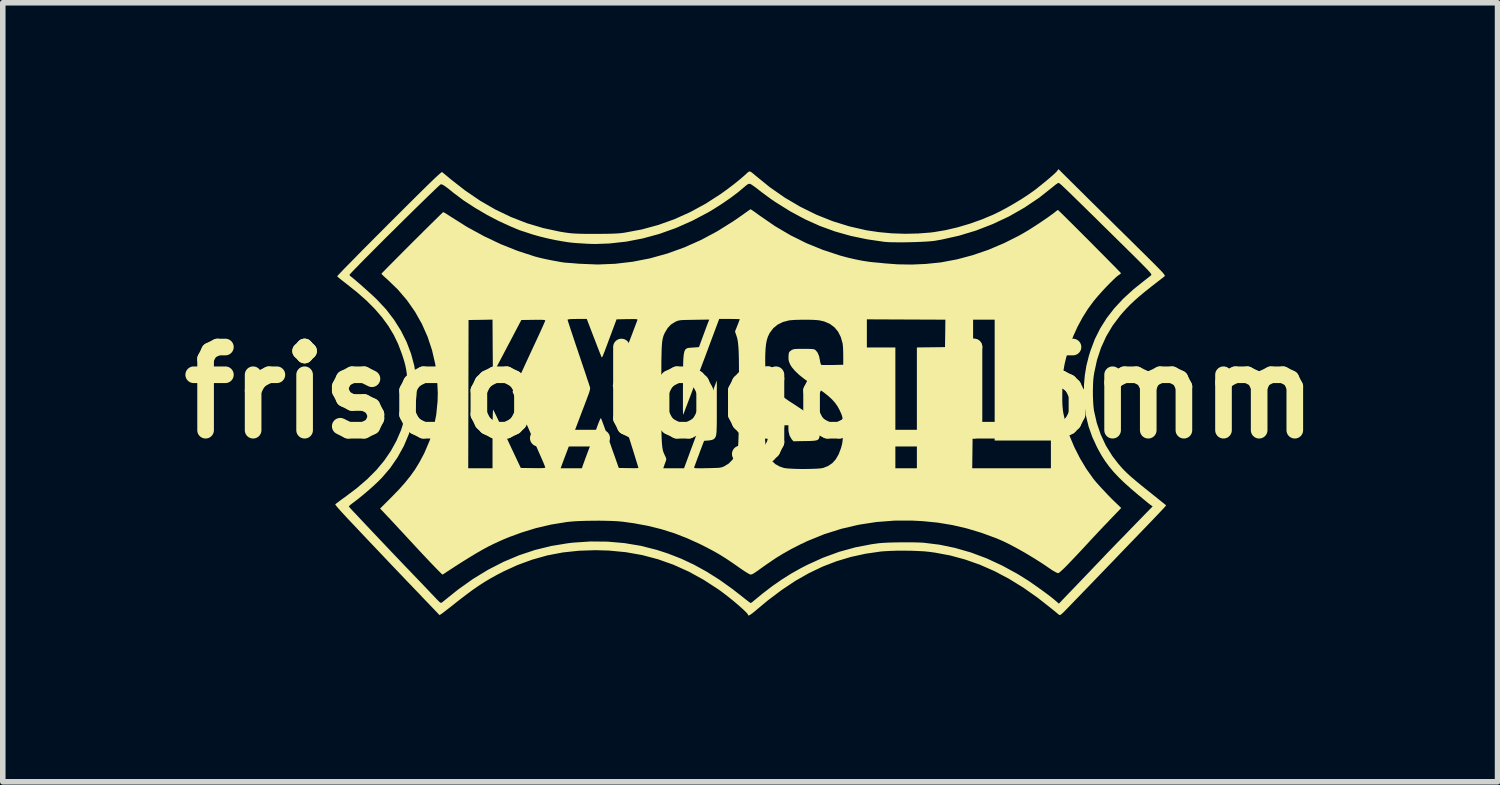
<source format=kicad_pcb>
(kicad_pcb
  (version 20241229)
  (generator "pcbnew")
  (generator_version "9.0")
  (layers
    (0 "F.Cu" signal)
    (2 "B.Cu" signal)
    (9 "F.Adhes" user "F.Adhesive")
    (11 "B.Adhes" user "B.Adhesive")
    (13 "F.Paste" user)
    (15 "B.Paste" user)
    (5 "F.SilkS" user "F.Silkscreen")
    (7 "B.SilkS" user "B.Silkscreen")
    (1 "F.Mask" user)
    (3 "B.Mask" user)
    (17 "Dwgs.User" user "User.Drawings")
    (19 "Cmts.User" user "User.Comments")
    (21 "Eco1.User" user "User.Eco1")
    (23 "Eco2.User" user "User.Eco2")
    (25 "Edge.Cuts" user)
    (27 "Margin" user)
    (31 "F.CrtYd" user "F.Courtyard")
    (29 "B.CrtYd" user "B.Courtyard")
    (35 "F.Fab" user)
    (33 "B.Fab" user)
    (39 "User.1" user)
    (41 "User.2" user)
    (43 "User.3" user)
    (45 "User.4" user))
  (footprint "frisco_logo_15mm"
    (layer "F.Cu")
    (at 10.479 4.03)
    (property "Reference" "frisco_logo_15mm" (at 0 0 0) (layer "F.SilkS") (effects (font (size 1.5 1.5) (thickness 0.3))))
    (attr board_only exclude_from_pos_files exclude_from_bom)
    (fp_poly (pts (xy 5.933 -3.659) (xy 6.012 -3.581) (xy 6.105 -3.488) (xy 6.211 -3.384) (xy 6.325 -3.271) (xy 6.445 -3.153) (xy 6.568 -3.031) (xy 6.691 -2.91) (xy 6.811 -2.792) (xy 6.902 -2.702) (xy 7.019 -2.586) (xy 7.12 -2.487) (xy 7.205 -2.402) (xy 7.276 -2.332) (xy 7.334 -2.273) (xy 7.38 -2.226) (xy 7.416 -2.189) (xy 7.442 -2.16) (xy 7.46 -2.138) (xy 7.471 -2.123) (xy 7.476 -2.112) (xy 7.477 -2.104) (xy 7.474 -2.099) (xy 7.469 -2.094) (xy 7.448 -2.077) (xy 7.412 -2.05) (xy 7.369 -2.016) (xy 7.345 -1.998) (xy 7.217 -1.898) (xy 7.107 -1.81) (xy 7.012 -1.731) (xy 6.929 -1.658) (xy 6.855 -1.588) (xy 6.787 -1.518) (xy 6.722 -1.447) (xy 6.673 -1.39) (xy 6.536 -1.208) (xy 6.42 -1.013) (xy 6.326 -0.806) (xy 6.254 -0.587) (xy 6.204 -0.356) (xy 6.193 -0.283) (xy 6.186 -0.212) (xy 6.182 -0.125) (xy 6.18 -0.029) (xy 6.181 0.071) (xy 6.185 0.167) (xy 6.191 0.251) (xy 6.199 0.318) (xy 6.199 0.322) (xy 6.25 0.546) (xy 6.322 0.758) (xy 6.415 0.957) (xy 6.531 1.144) (xy 6.639 1.284) (xy 6.677 1.328) (xy 6.713 1.369) (xy 6.751 1.408) (xy 6.791 1.448) (xy 6.837 1.491) (xy 6.891 1.538) (xy 6.955 1.592) (xy 7.032 1.656) (xy 7.123 1.73) (xy 7.232 1.817) (xy 7.242 1.825) (xy 7.501 2.033) (xy 7.469 2.072) (xy 7.452 2.09) (xy 7.42 2.124) (xy 7.376 2.171) (xy 7.322 2.228) (xy 7.26 2.293) (xy 7.192 2.364) (xy 7.159 2.398) (xy 7.08 2.48) (xy 6.989 2.575) (xy 6.889 2.678) (xy 6.787 2.784) (xy 6.686 2.889) (xy 6.591 2.988) (xy 6.55 3.031) (xy 6.467 3.117) (xy 6.383 3.204) (xy 6.301 3.289) (xy 6.223 3.37) (xy 6.154 3.442) (xy 6.096 3.502) (xy 6.061 3.538) (xy 5.994 3.607) (xy 5.918 3.686) (xy 5.84 3.766) (xy 5.77 3.839) (xy 5.747 3.863) (xy 5.691 3.92) (xy 5.65 3.962) (xy 5.621 3.989) (xy 5.6 4.005) (xy 5.586 4.012) (xy 5.576 4.011) (xy 5.567 4.004) (xy 5.546 3.988) (xy 5.513 3.96) (xy 5.471 3.926) (xy 5.448 3.907) (xy 5.184 3.699) (xy 4.922 3.515) (xy 4.662 3.355) (xy 4.402 3.218) (xy 4.14 3.103) (xy 3.875 3.01) (xy 3.606 2.937) (xy 3.332 2.886) (xy 3.238 2.873) (xy 3.143 2.863) (xy 3.031 2.857) (xy 2.906 2.852) (xy 2.776 2.851) (xy 2.646 2.851) (xy 2.525 2.855) (xy 2.417 2.861) (xy 2.355 2.866) (xy 2.08 2.906) (xy 1.815 2.964) (xy 1.558 3.041) (xy 1.306 3.138) (xy 1.059 3.256) (xy 0.813 3.396) (xy 0.569 3.559) (xy 0.323 3.744) (xy 0.147 3.89) (xy 0.081 3.946) (xy 0.032 3.985) (xy -0.003 4.009) (xy -0.025 4.02) (xy -0.036 4.017) (xy -0.038 4.009) (xy -0.047 3.991) (xy -0.074 3.961) (xy -0.116 3.92) (xy -0.17 3.871) (xy -0.233 3.816) (xy -0.303 3.757) (xy -0.377 3.697) (xy -0.453 3.638) (xy -0.527 3.582) (xy -0.578 3.546) (xy -0.841 3.375) (xy -1.109 3.228) (xy -1.382 3.105) (xy -1.661 3.006) (xy -1.948 2.93) (xy -2.243 2.878) (xy -2.547 2.849) (xy -2.793 2.842) (xy -3.092 2.852) (xy -3.38 2.883) (xy -3.658 2.936) (xy -3.929 3.012) (xy -4.197 3.11) (xy -4.448 3.225) (xy -4.569 3.288) (xy -4.681 3.35) (xy -4.789 3.414) (xy -4.896 3.483) (xy -5.007 3.56) (xy -5.126 3.648) (xy -5.256 3.748) (xy -5.324 3.802) (xy -5.388 3.853) (xy -5.448 3.899) (xy -5.499 3.939) (xy -5.539 3.97) (xy -5.563 3.988) (xy -5.567 3.99) (xy -5.602 4.013) (xy -5.733 3.876) (xy -5.779 3.828) (xy -5.838 3.767) (xy -5.906 3.696) (xy -5.978 3.619) (xy -6.052 3.543) (xy -6.104 3.488) (xy -6.188 3.401) (xy -6.286 3.298) (xy -6.396 3.183) (xy -6.516 3.057) (xy -6.643 2.923) (xy -6.775 2.784) (xy -6.909 2.643) (xy -7.043 2.501) (xy -7.173 2.363) (xy -7.268 2.263) (xy -7.327 2.199) (xy -7.38 2.141) (xy -7.425 2.091) (xy -7.455 2.055) (xy -7.237 2.055) (xy -7.227 2.068) (xy -7.204 2.094) (xy -7.173 2.128) (xy -7.17 2.131) (xy -7.147 2.155) (xy -7.109 2.195) (xy -7.059 2.248) (xy -6.999 2.312) (xy -6.93 2.385) (xy -6.856 2.464) (xy -6.778 2.546) (xy -6.764 2.561) (xy -6.681 2.649) (xy -6.596 2.738) (xy -6.513 2.826) (xy -6.435 2.908) (xy -6.365 2.981) (xy -6.306 3.043) (xy -6.263 3.088) (xy -6.208 3.146) (xy -6.14 3.216) (xy -6.065 3.295) (xy -5.987 3.376) (xy -5.912 3.454) (xy -5.88 3.488) (xy -5.818 3.553) (xy -5.759 3.615) (xy -5.707 3.669) (xy -5.665 3.714) (xy -5.635 3.745) (xy -5.621 3.759) (xy -5.594 3.785) (xy -5.575 3.792) (xy -5.554 3.782) (xy -5.535 3.766) (xy -5.267 3.551) (xy -4.998 3.36) (xy -4.725 3.194) (xy -4.448 3.052) (xy -4.166 2.933) (xy -3.88 2.838) (xy -3.587 2.766) (xy -3.288 2.717) (xy -3.194 2.706) (xy -2.879 2.685) (xy -2.571 2.688) (xy -2.27 2.714) (xy -1.975 2.763) (xy -1.683 2.837) (xy -1.484 2.902) (xy -1.247 2.994) (xy -1.015 3.103) (xy -0.786 3.229) (xy -0.556 3.374) (xy -0.323 3.54) (xy -0.154 3.672) (xy -0.101 3.714) (xy -0.055 3.75) (xy -0.019 3.777) (xy 0.004 3.792) (xy 0.009 3.795) (xy 0.024 3.787) (xy 0.049 3.769) (xy 0.051 3.766) (xy 0.23 3.619) (xy 0.4 3.489) (xy 0.567 3.373) (xy 0.735 3.267) (xy 0.911 3.168) (xy 1.027 3.108) (xy 1.313 2.978) (xy 1.603 2.872) (xy 1.896 2.791) (xy 2.192 2.734) (xy 2.323 2.716) (xy 2.388 2.711) (xy 2.473 2.706) (xy 2.571 2.703) (xy 2.678 2.701) (xy 2.788 2.7) (xy 2.895 2.7) (xy 2.995 2.702) (xy 3.081 2.705) (xy 3.131 2.708) (xy 3.414 2.743) (xy 3.697 2.802) (xy 3.982 2.884) (xy 4.265 2.99) (xy 4.545 3.12) (xy 4.822 3.271) (xy 5.01 3.388) (xy 5.084 3.439) (xy 5.166 3.496) (xy 5.25 3.556) (xy 5.333 3.617) (xy 5.408 3.673) (xy 5.471 3.723) (xy 5.517 3.762) (xy 5.567 3.806) (xy 5.647 3.722) (xy 5.689 3.678) (xy 5.742 3.623) (xy 5.797 3.566) (xy 5.836 3.526) (xy 5.872 3.488) (xy 5.923 3.435) (xy 5.984 3.371) (xy 6.053 3.299) (xy 6.127 3.222) (xy 6.201 3.144) (xy 6.225 3.119) (xy 6.301 3.04) (xy 6.377 2.96) (xy 6.451 2.882) (xy 6.519 2.812) (xy 6.578 2.751) (xy 6.624 2.703) (xy 6.634 2.693) (xy 6.689 2.637) (xy 6.745 2.58) (xy 6.796 2.527) (xy 6.837 2.484) (xy 6.842 2.48) (xy 6.876 2.444) (xy 6.924 2.395) (xy 6.98 2.337) (xy 7.04 2.276) (xy 7.089 2.225) (xy 7.258 2.052) (xy 7.227 2.031) (xy 7.208 2.017) (xy 7.173 1.989) (xy 7.127 1.951) (xy 7.072 1.906) (xy 7.012 1.856) (xy 7.01 1.855) (xy 6.87 1.736) (xy 6.749 1.628) (xy 6.644 1.526) (xy 6.553 1.429) (xy 6.473 1.333) (xy 6.402 1.236) (xy 6.337 1.135) (xy 6.276 1.026) (xy 6.252 0.98) (xy 6.167 0.795) (xy 6.103 0.612) (xy 6.057 0.426) (xy 6.029 0.23) (xy 6.018 0.038) (xy 6.02 -0.145) (xy 6.035 -0.316) (xy 6.063 -0.485) (xy 6.107 -0.659) (xy 6.138 -0.759) (xy 6.215 -0.963) (xy 6.312 -1.157) (xy 6.429 -1.343) (xy 6.568 -1.522) (xy 6.729 -1.695) (xy 6.913 -1.863) (xy 7.089 -2.004) (xy 7.138 -2.042) (xy 7.181 -2.076) (xy 7.214 -2.102) (xy 7.23 -2.116) (xy 7.234 -2.121) (xy 7.235 -2.127) (xy 7.231 -2.137) (xy 7.223 -2.15) (xy 7.208 -2.169) (xy 7.185 -2.195) (xy 7.153 -2.229) (xy 7.111 -2.272) (xy 7.058 -2.326) (xy 6.992 -2.392) (xy 6.913 -2.471) (xy 6.818 -2.564) (xy 6.708 -2.673) (xy 6.654 -2.726) (xy 6.493 -2.885) (xy 6.348 -3.027) (xy 6.22 -3.154) (xy 6.106 -3.265) (xy 6.007 -3.363) (xy 5.92 -3.448) (xy 5.846 -3.52) (xy 5.783 -3.582) (xy 5.73 -3.633) (xy 5.687 -3.674) (xy 5.651 -3.708) (xy 5.624 -3.734) (xy 5.602 -3.753) (xy 5.586 -3.766) (xy 5.575 -3.775) (xy 5.567 -3.78) (xy 5.562 -3.782) (xy 5.561 -3.782) (xy 5.543 -3.774) (xy 5.513 -3.754) (xy 5.475 -3.724) (xy 5.461 -3.712) (xy 5.211 -3.514) (xy 4.946 -3.336) (xy 4.667 -3.177) (xy 4.376 -3.04) (xy 4.075 -2.923) (xy 3.764 -2.829) (xy 3.446 -2.758) (xy 3.319 -2.736) (xy 3.261 -2.73) (xy 3.184 -2.724) (xy 3.091 -2.719) (xy 2.988 -2.715) (xy 2.88 -2.712) (xy 2.771 -2.71) (xy 2.667 -2.71) (xy 2.572 -2.711) (xy 2.492 -2.713) (xy 2.431 -2.718) (xy 2.424 -2.718) (xy 2.11 -2.764) (xy 1.813 -2.826) (xy 1.529 -2.906) (xy 1.255 -3.006) (xy 0.988 -3.126) (xy 0.724 -3.268) (xy 0.461 -3.432) (xy 0.451 -3.439) (xy 0.38 -3.487) (xy 0.303 -3.543) (xy 0.227 -3.599) (xy 0.163 -3.648) (xy 0.161 -3.65) (xy 0.11 -3.69) (xy 0.063 -3.724) (xy 0.025 -3.75) (xy 0.001 -3.763) (xy -0.002 -3.764) (xy -0.024 -3.765) (xy -0.049 -3.754) (xy -0.082 -3.728) (xy -0.095 -3.717) (xy -0.213 -3.618) (xy -0.349 -3.515) (xy -0.498 -3.412) (xy -0.653 -3.313) (xy -0.756 -3.251) (xy -1.046 -3.098) (xy -1.34 -2.968) (xy -1.637 -2.862) (xy -1.937 -2.78) (xy -2.239 -2.722) (xy -2.541 -2.689) (xy -2.788 -2.68) (xy -2.853 -2.681) (xy -2.931 -2.684) (xy -3.016 -2.689) (xy -3.1 -2.694) (xy -3.179 -2.7) (xy -3.244 -2.707) (xy -3.288 -2.712) (xy -3.328 -2.719) (xy -3.369 -2.725) (xy -3.511 -2.75) (xy -3.656 -2.781) (xy -3.798 -2.816) (xy -3.928 -2.853) (xy -3.995 -2.875) (xy -4.043 -2.891) (xy -4.085 -2.905) (xy -4.112 -2.913) (xy -4.114 -2.914) (xy -4.148 -2.925) (xy -4.164 -2.931) (xy -4.186 -2.94) (xy -4.225 -2.956) (xy -4.274 -2.977) (xy -4.313 -2.993) (xy -4.53 -3.092) (xy -4.749 -3.206) (xy -4.963 -3.332) (xy -5.167 -3.465) (xy -5.353 -3.604) (xy -5.392 -3.636) (xy -5.453 -3.685) (xy -5.499 -3.719) (xy -5.532 -3.741) (xy -5.557 -3.753) (xy -5.576 -3.757) (xy -5.579 -3.757) (xy -5.59 -3.749) (xy -5.618 -3.724) (xy -5.661 -3.684) (xy -5.716 -3.631) (xy -5.783 -3.567) (xy -5.86 -3.492) (xy -5.946 -3.408) (xy -6.039 -3.318) (xy -6.137 -3.221) (xy -6.239 -3.121) (xy -6.343 -3.018) (xy -6.448 -2.913) (xy -6.553 -2.81) (xy -6.655 -2.708) (xy -6.754 -2.609) (xy -6.847 -2.515) (xy -6.934 -2.428) (xy -7.012 -2.349) (xy -7.08 -2.279) (xy -7.138 -2.22) (xy -7.182 -2.174) (xy -7.212 -2.141) (xy -7.226 -2.125) (xy -7.227 -2.123) (xy -7.217 -2.107) (xy -7.205 -2.096) (xy -7.183 -2.08) (xy -7.147 -2.05) (xy -7.099 -2.009) (xy -7.042 -1.96) (xy -6.981 -1.906) (xy -6.918 -1.85) (xy -6.857 -1.795) (xy -6.801 -1.744) (xy -6.754 -1.699) (xy -6.734 -1.68) (xy -6.568 -1.503) (xy -6.423 -1.314) (xy -6.299 -1.117) (xy -6.196 -0.912) (xy -6.116 -0.701) (xy -6.058 -0.485) (xy -6.024 -0.267) (xy -6.014 -0.047) (xy -6.016 0.025) (xy -6.04 0.275) (xy -6.086 0.515) (xy -6.154 0.744) (xy -6.245 0.961) (xy -6.359 1.167) (xy -6.494 1.363) (xy -6.64 1.533) (xy -6.707 1.601) (xy -6.79 1.679) (xy -6.882 1.761) (xy -6.98 1.844) (xy -7.076 1.922) (xy -7.167 1.991) (xy -7.187 2.006) (xy -7.216 2.029) (xy -7.234 2.048) (xy -7.237 2.055) (xy -7.455 2.055) (xy -7.458 2.052) (xy -7.478 2.025) (xy -7.483 2.015) (xy -7.471 2.005) (xy -7.441 1.982) (xy -7.399 1.95) (xy -7.347 1.912) (xy -7.306 1.883) (xy -7.095 1.724) (xy -6.908 1.563) (xy -6.743 1.398) (xy -6.601 1.228) (xy -6.48 1.052) (xy -6.379 0.868) (xy -6.296 0.676) (xy -6.232 0.473) (xy -6.209 0.38) (xy -6.2 0.336) (xy -6.193 0.295) (xy -6.188 0.252) (xy -6.185 0.203) (xy -6.183 0.142) (xy -6.182 0.066) (xy -6.182 -0.031) (xy -6.183 -0.149) (xy -6.186 -0.247) (xy -6.192 -0.332) (xy -6.203 -0.409) (xy -6.218 -0.484) (xy -6.238 -0.562) (xy -6.266 -0.651) (xy -6.282 -0.699) (xy -6.348 -0.874) (xy -6.428 -1.04) (xy -6.524 -1.2) (xy -6.637 -1.355) (xy -6.768 -1.507) (xy -6.919 -1.659) (xy -7.092 -1.811) (xy -7.287 -1.966) (xy -7.341 -2.008) (xy -7.388 -2.045) (xy -7.423 -2.074) (xy -7.444 -2.093) (xy -7.448 -2.098) (xy -7.44 -2.108) (xy -7.415 -2.135) (xy -7.375 -2.177) (xy -7.321 -2.234) (xy -7.253 -2.303) (xy -7.173 -2.384) (xy -7.083 -2.476) (xy -6.983 -2.578) (xy -6.874 -2.687) (xy -6.758 -2.804) (xy -6.635 -2.927) (xy -6.513 -3.05) (xy -6.355 -3.207) (xy -6.215 -3.347) (xy -6.09 -3.471) (xy -5.981 -3.579) (xy -5.886 -3.673) (xy -5.805 -3.752) (xy -5.737 -3.818) (xy -5.681 -3.872) (xy -5.636 -3.913) (xy -5.602 -3.944) (xy -5.578 -3.964) (xy -5.563 -3.975) (xy -5.557 -3.977) (xy -5.541 -3.964) (xy -5.511 -3.939) (xy -5.469 -3.905) (xy -5.42 -3.864) (xy -5.405 -3.851) (xy -5.14 -3.644) (xy -4.87 -3.46) (xy -4.595 -3.301) (xy -4.313 -3.166) (xy -4.025 -3.054) (xy -3.729 -2.966) (xy -3.426 -2.901) (xy -3.325 -2.885) (xy -3.272 -2.878) (xy -3.217 -2.872) (xy -3.154 -2.868) (xy -3.082 -2.865) (xy -2.994 -2.863) (xy -2.889 -2.862) (xy -2.793 -2.862) (xy -2.671 -2.863) (xy -2.57 -2.864) (xy -2.486 -2.866) (xy -2.416 -2.869) (xy -2.356 -2.873) (xy -2.301 -2.879) (xy -2.261 -2.885) (xy -1.955 -2.942) (xy -1.657 -3.023) (xy -1.366 -3.127) (xy -1.082 -3.255) (xy -0.804 -3.406) (xy -0.531 -3.582) (xy -0.413 -3.667) (xy -0.292 -3.759) (xy -0.19 -3.841) (xy -0.104 -3.915) (xy -0.067 -3.949) (xy -0.041 -3.973) (xy -0.021 -3.986) (xy -0.002 -3.987) (xy 0.022 -3.974) (xy 0.055 -3.948) (xy 0.095 -3.914) (xy 0.355 -3.703) (xy 0.625 -3.515) (xy 0.904 -3.351) (xy 1.191 -3.209) (xy 1.487 -3.091) (xy 1.79 -2.997) (xy 2.101 -2.926) (xy 2.109 -2.925) (xy 2.326 -2.893) (xy 2.556 -2.872) (xy 2.791 -2.864) (xy 3.024 -2.869) (xy 3.246 -2.886) (xy 3.313 -2.894) (xy 3.521 -2.929) (xy 3.739 -2.98) (xy 3.959 -3.045) (xy 4.176 -3.122) (xy 4.381 -3.208) (xy 4.384 -3.209) (xy 4.505 -3.268) (xy 4.634 -3.337) (xy 4.766 -3.413) (xy 4.895 -3.491) (xy 5.014 -3.569) (xy 5.119 -3.643) (xy 5.16 -3.674) (xy 5.246 -3.743) (xy 5.325 -3.807) (xy 5.395 -3.866) (xy 5.454 -3.917) (xy 5.498 -3.957) (xy 5.526 -3.986) (xy 5.532 -3.992) (xy 5.559 -4.03)) (stroke (width 0) (type solid)) (fill yes) (layer "F.SilkS"))
    (fp_poly (pts (xy 0.02 -3.299) (xy 0.049 -3.28) (xy 0.09 -3.251) (xy 0.141 -3.214) (xy 0.174 -3.19) (xy 0.447 -3.002) (xy 0.725 -2.838) (xy 1.011 -2.696) (xy 1.307 -2.575) (xy 1.616 -2.473) (xy 1.641 -2.466) (xy 1.768 -2.432) (xy 1.899 -2.402) (xy 2.026 -2.377) (xy 2.144 -2.359) (xy 2.242 -2.348) (xy 2.28 -2.345) (xy 2.334 -2.34) (xy 2.394 -2.334) (xy 2.417 -2.331) (xy 2.66 -2.313) (xy 2.913 -2.309) (xy 3.166 -2.32) (xy 3.411 -2.345) (xy 3.444 -2.349) (xy 3.727 -2.402) (xy 4.012 -2.478) (xy 4.296 -2.575) (xy 4.576 -2.694) (xy 4.849 -2.831) (xy 5.01 -2.924) (xy 5.072 -2.963) (xy 5.143 -3.009) (xy 5.22 -3.059) (xy 5.296 -3.111) (xy 5.368 -3.16) (xy 5.43 -3.205) (xy 5.478 -3.24) (xy 5.493 -3.252) (xy 5.523 -3.276) (xy 5.544 -3.291) (xy 5.55 -3.294) (xy 5.56 -3.285) (xy 5.585 -3.261) (xy 5.625 -3.222) (xy 5.677 -3.171) (xy 5.739 -3.109) (xy 5.81 -3.039) (xy 5.887 -2.962) (xy 5.97 -2.879) (xy 6.055 -2.794) (xy 6.142 -2.707) (xy 6.228 -2.62) (xy 6.312 -2.535) (xy 6.392 -2.455) (xy 6.466 -2.38) (xy 6.532 -2.313) (xy 6.589 -2.256) (xy 6.634 -2.209) (xy 6.666 -2.176) (xy 6.683 -2.158) (xy 6.686 -2.155) (xy 6.679 -2.142) (xy 6.656 -2.126) (xy 6.655 -2.125) (xy 6.626 -2.105) (xy 6.584 -2.069) (xy 6.533 -2.019) (xy 6.473 -1.96) (xy 6.409 -1.894) (xy 6.344 -1.823) (xy 6.28 -1.752) (xy 6.221 -1.682) (xy 6.192 -1.647) (xy 6.09 -1.509) (xy 5.993 -1.354) (xy 5.904 -1.189) (xy 5.827 -1.02) (xy 5.77 -0.867) (xy 5.729 -0.736) (xy 5.696 -0.623) (xy 5.671 -0.519) (xy 5.653 -0.42) (xy 5.641 -0.319) (xy 5.634 -0.21) (xy 5.629 -0.086) (xy 5.629 -0.031) (xy 5.628 0.067) (xy 5.628 0.146) (xy 5.63 0.21) (xy 5.634 0.265) (xy 5.639 0.316) (xy 5.647 0.369) (xy 5.651 0.388) (xy 5.696 0.583) (xy 5.761 0.783) (xy 5.846 0.985) (xy 5.947 1.184) (xy 6.062 1.376) (xy 6.19 1.556) (xy 6.212 1.583) (xy 6.245 1.622) (xy 6.291 1.674) (xy 6.347 1.735) (xy 6.407 1.799) (xy 6.468 1.863) (xy 6.525 1.921) (xy 6.574 1.969) (xy 6.575 1.97) (xy 6.691 2.081) (xy 6.599 2.177) (xy 6.552 2.226) (xy 6.495 2.285) (xy 6.437 2.347) (xy 6.393 2.392) (xy 6.34 2.448) (xy 6.282 2.509) (xy 6.229 2.566) (xy 6.192 2.605) (xy 6.07 2.737) (xy 5.963 2.852) (xy 5.871 2.95) (xy 5.793 3.032) (xy 5.728 3.1) (xy 5.675 3.154) (xy 5.632 3.195) (xy 5.599 3.225) (xy 5.575 3.245) (xy 5.559 3.255) (xy 5.552 3.256) (xy 5.529 3.249) (xy 5.491 3.229) (xy 5.442 3.2) (xy 5.401 3.172) (xy 5.264 3.079) (xy 5.12 2.988) (xy 4.974 2.9) (xy 4.83 2.818) (xy 4.692 2.744) (xy 4.564 2.681) (xy 4.451 2.632) (xy 4.444 2.629) (xy 4.172 2.529) (xy 3.909 2.45) (xy 3.647 2.389) (xy 3.382 2.345) (xy 3.107 2.318) (xy 2.931 2.309) (xy 2.601 2.309) (xy 2.276 2.334) (xy 1.957 2.383) (xy 1.645 2.456) (xy 1.338 2.553) (xy 1.039 2.674) (xy 0.908 2.736) (xy 0.745 2.819) (xy 0.597 2.902) (xy 0.455 2.989) (xy 0.31 3.088) (xy 0.251 3.129) (xy 0.18 3.18) (xy 0.127 3.218) (xy 0.087 3.245) (xy 0.059 3.263) (xy 0.039 3.274) (xy 0.024 3.279) (xy 0.012 3.281) (xy 0.005 3.281) (xy -0.013 3.274) (xy -0.048 3.255) (xy -0.095 3.226) (xy -0.15 3.189) (xy -0.189 3.162) (xy -0.322 3.069) (xy -0.442 2.989) (xy -0.558 2.917) (xy -0.676 2.85) (xy -0.802 2.784) (xy -0.909 2.73) (xy -1.141 2.625) (xy -1.37 2.536) (xy -1.603 2.463) (xy -1.845 2.403) (xy -2.1 2.356) (xy -2.311 2.327) (xy -2.391 2.32) (xy -2.49 2.315) (xy -2.604 2.312) (xy -2.726 2.31) (xy -2.852 2.311) (xy -2.975 2.313) (xy -3.092 2.317) (xy -3.196 2.323) (xy -3.282 2.331) (xy -3.307 2.334) (xy -3.59 2.38) (xy -3.861 2.443) (xy -4.127 2.525) (xy -4.334 2.601) (xy -4.438 2.643) (xy -4.537 2.687) (xy -4.634 2.732) (xy -4.732 2.781) (xy -4.833 2.836) (xy -4.941 2.898) (xy -5.058 2.969) (xy -5.187 3.049) (xy -5.331 3.141) (xy -5.481 3.239) (xy -5.515 3.262) (xy -5.541 3.277) (xy -5.551 3.281) (xy -5.561 3.273) (xy -5.586 3.248) (xy -5.623 3.211) (xy -5.67 3.163) (xy -5.724 3.107) (xy -5.758 3.072) (xy -5.827 2.999) (xy -5.907 2.914) (xy -5.992 2.823) (xy -6.077 2.731) (xy -6.156 2.646) (xy -6.182 2.618) (xy -6.251 2.543) (xy -6.324 2.465) (xy -6.395 2.388) (xy -6.46 2.318) (xy -6.515 2.259) (xy -6.54 2.233) (xy -6.674 2.091) (xy -6.458 1.875) (xy -6.331 1.744) (xy -6.222 1.621) (xy -6.127 1.503) (xy -6.043 1.385) (xy -6.031 1.365) (xy -5.085 1.365) (xy -4.866 1.365) (xy -4.647 1.365) (xy -3.419 1.365) (xy -3.227 1.365) (xy -3.035 1.365) (xy -3.022 1.324) (xy -3.014 1.301) (xy -2.998 1.258) (xy -2.977 1.2) (xy -2.951 1.13) (xy -2.923 1.054) (xy -2.912 1.027) (xy -2.88 0.939) (xy -2.845 0.846) (xy -2.812 0.757) (xy -2.783 0.677) (xy -2.759 0.613) (xy -2.759 0.61) (xy -2.737 0.553) (xy -2.718 0.506) (xy -2.703 0.474) (xy -2.693 0.46) (xy -2.692 0.46) (xy -2.686 0.474) (xy -2.672 0.508) (xy -2.653 0.56) (xy -2.629 0.625) (xy -2.602 0.7) (xy -2.58 0.764) (xy -2.547 0.856) (xy -2.514 0.95) (xy -2.483 1.04) (xy -2.454 1.12) (xy -2.431 1.185) (xy -2.423 1.209) (xy -2.37 1.359) (xy -2.193 1.362) (xy -2.13 1.363) (xy -2.077 1.363) (xy -2.038 1.362) (xy -2.018 1.36) (xy -2.016 1.359) (xy -2.018 1.35) (xy -2.025 1.327) (xy -2.036 1.29) (xy -2.052 1.238) (xy -2.074 1.167) (xy -2.101 1.078) (xy -2.135 0.97) (xy -2.176 0.84) (xy -2.223 0.689) (xy -2.253 0.596) (xy -2.281 0.506) (xy -2.306 0.424) (xy -2.328 0.354) (xy -2.345 0.3) (xy -2.356 0.265) (xy -2.357 0.263) (xy -2.371 0.218) (xy -2.389 0.158) (xy -2.411 0.09) (xy -2.43 0.028) (xy -2.478 -0.123) (xy -1.603 -0.123) (xy -1.603 0.029) (xy -1.603 0.209) (xy -1.603 0.366) (xy -1.602 0.501) (xy -1.601 0.617) (xy -1.6 0.715) (xy -1.598 0.798) (xy -1.595 0.867) (xy -1.591 0.924) (xy -1.587 0.97) (xy -1.581 1.009) (xy -1.575 1.041) (xy -1.567 1.068) (xy -1.557 1.093) (xy -1.546 1.118) (xy -1.537 1.137) (xy -1.52 1.173) (xy -1.513 1.198) (xy -1.517 1.221) (xy -1.528 1.253) (xy -1.543 1.293) (xy -1.555 1.328) (xy -1.559 1.337) (xy -1.567 1.365) (xy -1.38 1.365) (xy -1.193 1.365) (xy -1.102 1.118) (xy -1.078 1.052) (xy -1.046 0.967) (xy -1.009 0.867) (xy -0.967 0.755) (xy -0.922 0.635) (xy -0.876 0.511) (xy -0.83 0.387) (xy -0.807 0.326) (xy -0.602 -0.219) (xy -0.602 0.267) (xy -0.602 0.395) (xy -0.602 0.501) (xy -0.603 0.587) (xy -0.605 0.655) (xy -0.607 0.708) (xy -0.611 0.748) (xy -0.617 0.778) (xy -0.625 0.8) (xy -0.634 0.816) (xy -0.646 0.829) (xy -0.659 0.84) (xy -0.682 0.851) (xy -0.721 0.86) (xy -0.756 0.864) (xy -0.831 0.87) (xy -0.854 0.927) (xy -0.866 0.959) (xy -0.885 1.009) (xy -0.908 1.07) (xy -0.932 1.137) (xy -0.94 1.156) (xy -0.963 1.219) (xy -0.983 1.274) (xy -0.999 1.317) (xy -1.009 1.344) (xy -1.011 1.348) (xy -1.011 1.355) (xy -1.002 1.36) (xy -0.983 1.363) (xy -0.949 1.364) (xy -0.898 1.365) (xy -0.827 1.364) (xy -0.775 1.363) (xy -0.69 1.361) (xy -0.625 1.359) (xy -0.577 1.357) (xy -0.541 1.353) (xy -0.514 1.347) (xy -0.49 1.339) (xy -0.47 1.33) (xy -0.389 1.281) (xy -0.322 1.213) (xy -0.269 1.125) (xy -0.229 1.018) (xy -0.225 1.001) (xy -0.221 0.981) (xy -0.218 0.955) (xy -0.215 0.922) (xy -0.213 0.879) (xy -0.211 0.825) (xy -0.209 0.758) (xy -0.208 0.676) (xy -0.207 0.589) (xy 0.26 0.589) (xy 0.266 0.78) (xy 0.27 0.869) (xy 0.276 0.939) (xy 0.284 0.994) (xy 0.295 1.039) (xy 0.298 1.048) (xy 0.338 1.149) (xy 0.389 1.228) (xy 0.452 1.289) (xy 0.531 1.333) (xy 0.604 1.358) (xy 0.643 1.365) (xy 0.703 1.37) (xy 0.778 1.374) (xy 0.863 1.377) (xy 0.953 1.378) (xy 1.043 1.377) (xy 1.129 1.375) (xy 1.205 1.372) (xy 1.267 1.367) (xy 1.31 1.36) (xy 1.313 1.36) (xy 1.403 1.325) (xy 1.48 1.273) (xy 1.544 1.202) (xy 1.596 1.111) (xy 1.639 0.997) (xy 1.643 0.981) (xy 1.654 0.94) (xy 1.662 0.901) (xy 1.667 0.858) (xy 1.67 0.805) (xy 1.671 0.737) (xy 1.672 0.67) (xy 1.671 0.59) (xy 1.67 0.531) (xy 1.668 0.486) (xy 1.663 0.452) (xy 1.657 0.423) (xy 1.647 0.395) (xy 1.642 0.382) (xy 1.61 0.311) (xy 1.574 0.246) (xy 1.531 0.185) (xy 1.478 0.125) (xy 1.413 0.065) (xy 1.333 0.001) (xy 1.236 -0.068) (xy 1.12 -0.146) (xy 1.092 -0.165) (xy 0.982 -0.241) (xy 0.886 -0.317) (xy 0.809 -0.39) (xy 0.751 -0.458) (xy 0.722 -0.505) (xy 0.702 -0.551) (xy 0.692 -0.591) (xy 0.691 -0.64) (xy 0.691 -0.652) (xy 0.694 -0.697) (xy 0.701 -0.724) (xy 0.714 -0.742) (xy 0.736 -0.76) (xy 0.738 -0.76) (xy 0.756 -0.772) (xy 0.775 -0.779) (xy 0.8 -0.785) (xy 0.836 -0.787) (xy 0.886 -0.789) (xy 0.957 -0.789) (xy 0.965 -0.789) (xy 1.038 -0.789) (xy 1.09 -0.787) (xy 1.126 -0.785) (xy 1.151 -0.78) (xy 1.168 -0.773) (xy 1.18 -0.764) (xy 1.215 -0.722) (xy 1.242 -0.658) (xy 1.259 -0.576) (xy 1.259 -0.573) (xy 1.268 -0.526) (xy 1.28 -0.502) (xy 1.287 -0.499) (xy 1.306 -0.497) (xy 1.345 -0.497) (xy 1.399 -0.497) (xy 1.463 -0.498) (xy 1.492 -0.498) (xy 1.678 -0.502) (xy 1.678 -0.663) (xy 1.677 -0.73) (xy 1.675 -0.795) (xy 1.671 -0.849) (xy 1.667 -0.885) (xy 1.634 -1.001) (xy 1.585 -1.099) (xy 1.518 -1.179) (xy 1.435 -1.24) (xy 1.335 -1.283) (xy 1.252 -1.302) (xy 1.199 -1.308) (xy 1.128 -1.312) (xy 1.045 -1.314) (xy 0.957 -1.314) (xy 0.87 -1.313) (xy 0.791 -1.31) (xy 0.727 -1.305) (xy 0.701 -1.302) (xy 0.591 -1.273) (xy 0.495 -1.226) (xy 0.415 -1.16) (xy 0.353 -1.077) (xy 0.347 -1.066) (xy 0.32 -1.01) (xy 0.3 -0.948) (xy 0.286 -0.877) (xy 0.277 -0.791) (xy 0.272 -0.687) (xy 0.271 -0.62) (xy 0.271 -0.539) (xy 0.272 -0.477) (xy 0.274 -0.429) (xy 0.279 -0.391) (xy 0.286 -0.357) (xy 0.296 -0.321) (xy 0.297 -0.318) (xy 0.343 -0.212) (xy 0.411 -0.107) (xy 0.499 -0.007) (xy 0.606 0.086) (xy 0.693 0.148) (xy 0.794 0.213) (xy 0.876 0.267) (xy 0.942 0.311) (xy 0.996 0.347) (xy 1.038 0.377) (xy 1.073 0.403) (xy 1.102 0.427) (xy 1.129 0.45) (xy 1.137 0.457) (xy 1.187 0.505) (xy 1.22 0.544) (xy 1.24 0.583) (xy 1.249 0.628) (xy 1.252 0.687) (xy 1.252 0.706) (xy 1.252 0.76) (xy 1.249 0.801) (xy 1.239 0.831) (xy 1.22 0.851) (xy 1.188 0.863) (xy 1.141 0.869) (xy 1.075 0.873) (xy 0.992 0.874) (xy 0.78 0.878) (xy 0.747 0.84) (xy 0.71 0.776) (xy 0.691 0.695) (xy 0.689 0.648) (xy 0.689 0.589) (xy 0.474 0.589) (xy 0.26 0.589) (xy -0.207 0.589) (xy -0.207 0.577) (xy -0.206 0.46) (xy -0.205 0.321) (xy -0.204 0.16) (xy -0.203 0.113) (xy -0.203 -0.073) (xy -0.202 -0.235) (xy -0.202 -0.376) (xy -0.203 -0.498) (xy -0.204 -0.602) (xy -0.206 -0.69) (xy -0.209 -0.765) (xy -0.213 -0.827) (xy -0.218 -0.88) (xy -0.223 -0.924) (xy -0.23 -0.961) (xy -0.238 -0.994) (xy -0.248 -1.025) (xy -0.249 -1.029) (xy -0.274 -1.101) (xy -0.231 -1.21) (xy -0.212 -1.258) (xy -0.198 -1.296) (xy -0.189 -1.319) (xy -0.189 -1.321) (xy 2.104 -1.321) (xy 2.104 -1.068) (xy 2.104 -0.814) (xy 2.361 -0.814) (xy 2.618 -0.814) (xy 2.618 0.276) (xy 2.618 1.365) (xy 2.812 1.365) (xy 3.006 1.365) (xy 4.004 1.365) (xy 4.713 1.365) (xy 5.423 1.365) (xy 5.423 1.115) (xy 5.423 0.864) (xy 4.916 0.864) (xy 4.409 0.864) (xy 4.409 -0.225) (xy 4.409 -1.315) (xy 4.215 -1.315) (xy 4.02 -1.315) (xy 4.02 -0.635) (xy 4.02 -0.476) (xy 4.02 -0.299) (xy 4.019 -0.112) (xy 4.018 0.08) (xy 4.016 0.269) (xy 4.015 0.451) (xy 4.013 0.617) (xy 4.012 0.706) (xy 4.004 1.365) (xy 3.006 1.365) (xy 3.006 0.276) (xy 3.006 -0.814) (xy 3.26 -0.817) (xy 3.513 -0.82) (xy 3.517 -1.068) (xy 3.52 -1.315) (xy 2.812 -1.318) (xy 2.104 -1.321) (xy -0.189 -1.321) (xy -0.188 -1.324) (xy -0.2 -1.325) (xy -0.232 -1.326) (xy -0.281 -1.327) (xy -0.342 -1.328) (xy -0.373 -1.328) (xy -0.559 -1.328) (xy -0.736 -0.855) (xy -0.812 -0.65) (xy -0.881 -0.468) (xy -0.941 -0.307) (xy -0.994 -0.166) (xy -1.04 -0.043) (xy -1.079 0.061) (xy -1.113 0.15) (xy -1.14 0.222) (xy -1.163 0.281) (xy -1.18 0.326) (xy -1.193 0.36) (xy -1.202 0.382) (xy -1.208 0.396) (xy -1.21 0.4) (xy -1.211 0.389) (xy -1.212 0.356) (xy -1.213 0.302) (xy -1.213 0.231) (xy -1.213 0.145) (xy -1.213 0.046) (xy -1.213 -0.063) (xy -1.212 -0.151) (xy -1.211 -0.295) (xy -1.21 -0.416) (xy -1.209 -0.516) (xy -1.206 -0.598) (xy -1.201 -0.662) (xy -1.194 -0.711) (xy -1.184 -0.748) (xy -1.171 -0.774) (xy -1.153 -0.791) (xy -1.131 -0.802) (xy -1.103 -0.807) (xy -1.069 -0.81) (xy -1.029 -0.813) (xy -1.022 -0.813) (xy -0.924 -0.82) (xy -0.85 -1.021) (xy -0.824 -1.091) (xy -0.8 -1.156) (xy -0.779 -1.212) (xy -0.764 -1.253) (xy -0.757 -1.269) (xy -0.738 -1.317) (xy -1.011 -1.313) (xy -1.101 -1.311) (xy -1.169 -1.31) (xy -1.22 -1.308) (xy -1.258 -1.305) (xy -1.287 -1.3) (xy -1.31 -1.294) (xy -1.332 -1.285) (xy -1.355 -1.274) (xy -1.428 -1.228) (xy -1.487 -1.166) (xy -1.534 -1.089) (xy -1.547 -1.064) (xy -1.558 -1.039) (xy -1.567 -1.013) (xy -1.575 -0.984) (xy -1.582 -0.951) (xy -1.588 -0.91) (xy -1.592 -0.862) (xy -1.596 -0.802) (xy -1.598 -0.731) (xy -1.6 -0.645) (xy -1.602 -0.543) (xy -1.602 -0.424) (xy -1.603 -0.284) (xy -1.603 -0.123) (xy -2.478 -0.123) (xy -2.479 -0.126) (xy -2.261 -0.705) (xy -2.218 -0.82) (xy -2.178 -0.928) (xy -2.14 -1.027) (xy -2.107 -1.115) (xy -2.079 -1.189) (xy -2.057 -1.247) (xy -2.042 -1.287) (xy -2.035 -1.305) (xy -2.035 -1.306) (xy -2.033 -1.314) (xy -2.038 -1.32) (xy -2.052 -1.324) (xy -2.08 -1.326) (xy -2.125 -1.326) (xy -2.19 -1.325) (xy -2.218 -1.325) (xy -2.41 -1.321) (xy -2.508 -1.058) (xy -2.55 -0.946) (xy -2.584 -0.854) (xy -2.611 -0.782) (xy -2.632 -0.727) (xy -2.648 -0.687) (xy -2.659 -0.66) (xy -2.667 -0.644) (xy -2.673 -0.637) (xy -2.677 -0.636) (xy -2.68 -0.639) (xy -2.681 -0.64) (xy -2.687 -0.656) (xy -2.702 -0.692) (xy -2.723 -0.745) (xy -2.749 -0.812) (xy -2.779 -0.891) (xy -2.812 -0.976) (xy -2.819 -0.993) (xy -2.947 -1.328) (xy -3.121 -1.328) (xy -3.199 -1.327) (xy -3.254 -1.324) (xy -3.286 -1.319) (xy -3.294 -1.314) (xy -3.29 -1.3) (xy -3.279 -1.265) (xy -3.261 -1.21) (xy -3.238 -1.139) (xy -3.209 -1.053) (xy -3.177 -0.956) (xy -3.141 -0.848) (xy -3.102 -0.734) (xy -3.099 -0.723) (xy -3.059 -0.606) (xy -3.022 -0.496) (xy -2.988 -0.395) (xy -2.958 -0.305) (xy -2.933 -0.228) (xy -2.912 -0.168) (xy -2.899 -0.126) (xy -2.892 -0.106) (xy -2.892 -0.105) (xy -2.888 -0.089) (xy -2.887 -0.071) (xy -2.891 -0.048) (xy -2.899 -0.017) (xy -2.914 0.027) (xy -2.937 0.088) (xy -2.96 0.15) (xy -2.998 0.25) (xy -3.039 0.357) (xy -3.082 0.471) (xy -3.126 0.587) (xy -3.17 0.703) (xy -3.213 0.815) (xy -3.253 0.921) (xy -3.289 1.018) (xy -3.321 1.103) (xy -3.347 1.172) (xy -3.367 1.224) (xy -3.376 1.249) (xy -3.419 1.365) (xy -4.647 1.365) (xy -4.647 0.83) (xy -4.646 0.713) (xy -4.646 0.606) (xy -4.645 0.511) (xy -4.643 0.432) (xy -4.641 0.371) (xy -4.639 0.329) (xy -4.637 0.309) (xy -4.636 0.307) (xy -4.628 0.322) (xy -4.611 0.355) (xy -4.586 0.406) (xy -4.555 0.47) (xy -4.52 0.545) (xy -4.481 0.627) (xy -4.476 0.638) (xy -4.431 0.735) (xy -4.383 0.836) (xy -4.336 0.937) (xy -4.292 1.03) (xy -4.254 1.111) (xy -4.232 1.158) (xy -4.137 1.359) (xy -3.916 1.362) (xy -3.824 1.363) (xy -3.757 1.362) (xy -3.714 1.359) (xy -3.695 1.354) (xy -3.695 1.353) (xy -3.7 1.337) (xy -3.713 1.303) (xy -3.732 1.256) (xy -3.757 1.199) (xy -3.762 1.187) (xy -3.782 1.142) (xy -3.81 1.078) (xy -3.845 0.998) (xy -3.886 0.904) (xy -3.931 0.801) (xy -3.979 0.69) (xy -4.029 0.577) (xy -4.058 0.509) (xy -4.286 -0.015) (xy -4.192 -0.217) (xy -4.165 -0.277) (xy -4.128 -0.355) (xy -4.085 -0.448) (xy -4.038 -0.55) (xy -3.988 -0.658) (xy -3.937 -0.768) (xy -3.897 -0.854) (xy -3.852 -0.951) (xy -3.81 -1.041) (xy -3.773 -1.122) (xy -3.742 -1.191) (xy -3.718 -1.246) (xy -3.702 -1.283) (xy -3.695 -1.301) (xy -3.695 -1.302) (xy -3.704 -1.307) (xy -3.731 -1.311) (xy -3.779 -1.313) (xy -3.85 -1.313) (xy -3.911 -1.312) (xy -4.127 -1.309) (xy -4.24 -1.095) (xy -4.28 -1.018) (xy -4.329 -0.925) (xy -4.382 -0.825) (xy -4.435 -0.724) (xy -4.485 -0.629) (xy -4.496 -0.608) (xy -4.64 -0.336) (xy -4.644 -0.826) (xy -4.647 -1.316) (xy -4.863 -1.312) (xy -5.079 -1.309) (xy -5.082 0.028) (xy -5.085 1.365) (xy -6.031 1.365) (xy -5.968 1.262) (xy -5.897 1.13) (xy -5.872 1.08) (xy -5.779 0.861) (xy -5.709 0.635) (xy -5.662 0.401) (xy -5.638 0.158) (xy -5.634 0.013) (xy -5.646 -0.255) (xy -5.68 -0.515) (xy -5.738 -0.766) (xy -5.818 -1.007) (xy -5.92 -1.238) (xy -6.044 -1.457) (xy -6.188 -1.664) (xy -6.354 -1.858) (xy -6.537 -2.035) (xy -6.581 -2.074) (xy -6.617 -2.107) (xy -6.641 -2.132) (xy -6.651 -2.143) (xy -6.651 -2.143) (xy -6.642 -2.153) (xy -6.617 -2.179) (xy -6.579 -2.218) (xy -6.528 -2.27) (xy -6.466 -2.332) (xy -6.396 -2.403) (xy -6.319 -2.48) (xy -6.238 -2.562) (xy -6.153 -2.647) (xy -6.067 -2.733) (xy -5.981 -2.818) (xy -5.898 -2.901) (xy -5.819 -2.979) (xy -5.746 -3.051) (xy -5.681 -3.115) (xy -5.626 -3.169) (xy -5.583 -3.211) (xy -5.553 -3.24) (xy -5.538 -3.253) (xy -5.537 -3.254) (xy -5.523 -3.249) (xy -5.493 -3.232) (xy -5.452 -3.206) (xy -5.403 -3.174) (xy -5.104 -2.986) (xy -4.8 -2.82) (xy -4.494 -2.675) (xy -4.187 -2.553) (xy -3.882 -2.454) (xy -3.814 -2.436) (xy -3.765 -2.424) (xy -3.702 -2.41) (xy -3.63 -2.395) (xy -3.555 -2.38) (xy -3.482 -2.367) (xy -3.418 -2.355) (xy -3.367 -2.347) (xy -3.338 -2.344) (xy -3.318 -2.342) (xy -3.277 -2.339) (xy -3.22 -2.335) (xy -3.152 -2.329) (xy -3.075 -2.323) (xy -3.069 -2.323) (xy -2.75 -2.31) (xy -2.433 -2.323) (xy -2.118 -2.36) (xy -1.806 -2.421) (xy -1.497 -2.507) (xy -1.191 -2.617) (xy -0.89 -2.751) (xy -0.594 -2.909) (xy -0.303 -3.091) (xy -0.138 -3.205) (xy -0.087 -3.242) (xy -0.043 -3.273) (xy -0.011 -3.295) (xy 0.007 -3.306) (xy 0.008 -3.307)) (stroke (width 0) (type solid)) (fill yes) (layer "F.SilkS")))
  (gr_rect
    (start -3 -3)
    (end 23.957 11.049)
    (stroke (width 0.1) (type default))
    (fill no)
    (layer "Edge.Cuts")))
</source>
